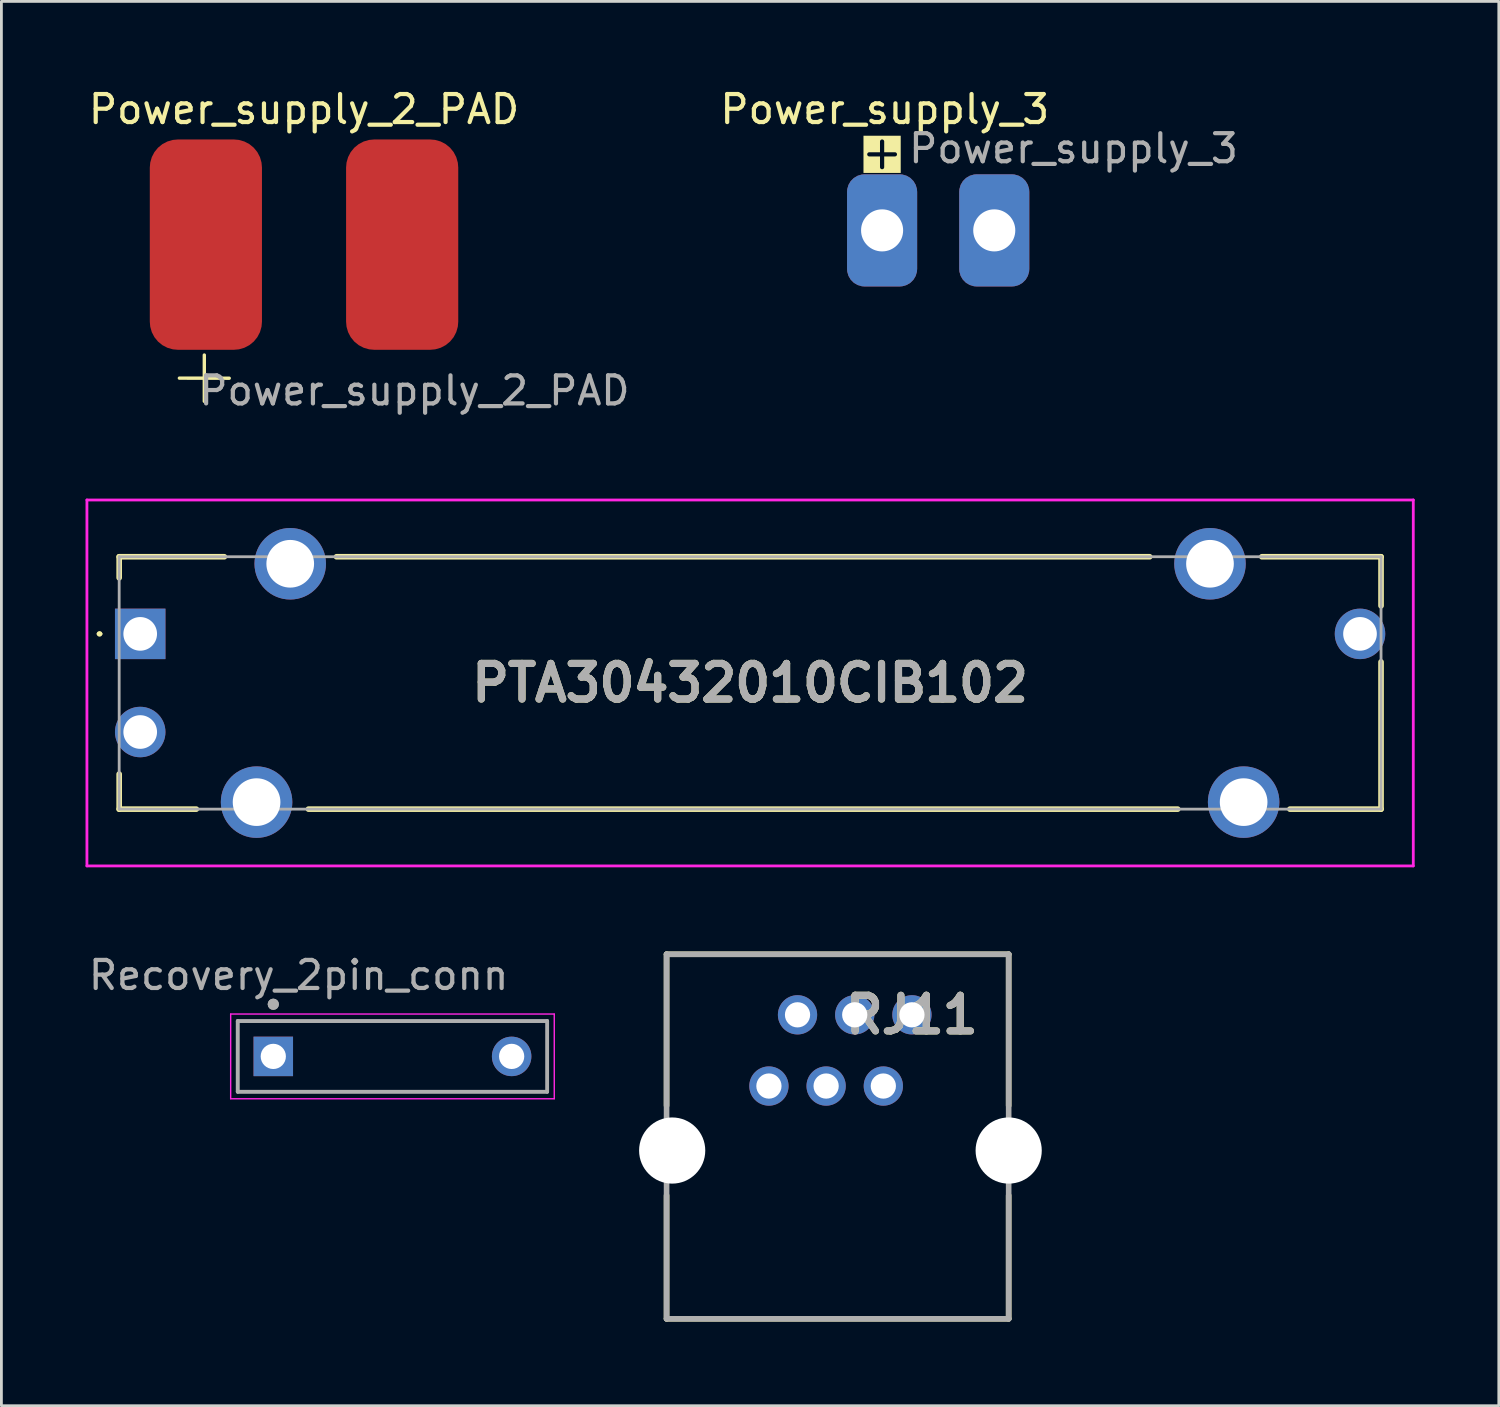
<source format=kicad_pcb>
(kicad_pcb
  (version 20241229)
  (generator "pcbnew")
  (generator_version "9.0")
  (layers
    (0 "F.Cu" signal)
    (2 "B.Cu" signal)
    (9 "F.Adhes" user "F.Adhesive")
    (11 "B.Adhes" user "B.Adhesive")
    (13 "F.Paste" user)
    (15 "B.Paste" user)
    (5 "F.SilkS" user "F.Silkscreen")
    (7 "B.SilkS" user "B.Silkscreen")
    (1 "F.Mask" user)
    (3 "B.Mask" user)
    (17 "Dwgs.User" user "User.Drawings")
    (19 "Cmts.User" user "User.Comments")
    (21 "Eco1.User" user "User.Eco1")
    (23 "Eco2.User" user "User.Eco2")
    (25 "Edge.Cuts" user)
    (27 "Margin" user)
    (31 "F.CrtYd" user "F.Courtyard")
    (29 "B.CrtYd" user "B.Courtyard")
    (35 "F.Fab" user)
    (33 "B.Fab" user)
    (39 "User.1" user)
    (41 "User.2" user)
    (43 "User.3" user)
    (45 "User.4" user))
  (footprint "Recovery_2pin_conn"
    (layer "F.Cu")
    (at 10.506 34.623)
    (property "Reference" "Recovery_2pin_conn" (at -2.905 -2.895 0) (layer "F.Fab") (effects (font (size 1 1) (thickness 0.15))))
    (attr through_hole)
    (fp_line (start -5.33 -1.51) (end 6.21 -1.51) (stroke (width 0.05) (type solid)) (layer "F.CrtYd"))
    (fp_line (start -5.33 1.51) (end -5.33 -1.51) (stroke (width 0.05) (type solid)) (layer "F.CrtYd"))
    (fp_line (start 6.21 -1.51) (end 6.21 1.51) (stroke (width 0.05) (type solid)) (layer "F.CrtYd"))
    (fp_line (start 6.21 1.51) (end -5.33 1.51) (stroke (width 0.05) (type solid)) (layer "F.CrtYd"))
    (fp_line (start -5.08 -1.26) (end 5.96 -1.26) (stroke (width 0.127) (type solid)) (layer "F.Fab"))
    (fp_line (start -5.08 -1.26) (end 5.96 -1.26) (stroke (width 0.127) (type solid)) (layer "F.Fab"))
    (fp_line (start -5.08 1.26) (end -5.08 -1.26) (stroke (width 0.127) (type solid)) (layer "F.Fab"))
    (fp_line (start -5.08 1.26) (end -5.08 -1.26) (stroke (width 0.127) (type solid)) (layer "F.Fab"))
    (fp_line (start 5.96 -1.26) (end 5.96 1.26) (stroke (width 0.127) (type solid)) (layer "F.Fab"))
    (fp_line (start 5.96 -1.26) (end 5.96 1.26) (stroke (width 0.127) (type solid)) (layer "F.Fab"))
    (fp_line (start 5.96 1.26) (end -5.08 1.26) (stroke (width 0.127) (type solid)) (layer "F.Fab"))
    (fp_line (start 5.96 1.26) (end -5.08 1.26) (stroke (width 0.127) (type solid)) (layer "F.Fab"))
    (fp_circle (center -3.81 -1.86) (end -3.71 -1.86) (stroke (width 0.2) (type solid)) (fill no) (layer "F.Fab"))
    (fp_circle (center -3.81 -1.86) (end -3.71 -1.86) (stroke (width 0.2) (type solid)) (fill no) (layer "F.Fab"))
    (pad "1" thru_hole rect (at -3.81 0) (size 1.408 1.408) (drill 0.9) (layers "*.Cu" "*.Mask"))
    (pad "2" thru_hole circle (at 4.69 0) (size 1.408 1.408) (drill 0.9) (layers "*.Cu" "*.Mask")))
  (footprint "RJ11"
    (layer "F.Cu")
    (at 20.921 37.98)
    (property "Reference" "RJ11" (at 8.55 -4.84 0) (layer "F.SilkS") (effects (font (size 1.27 1.27) (thickness 0.254))))
    (attr through_hole)
    (fp_line (start -0.2 -7) (end -0.2 -1.6) (stroke (width 0.2) (type solid)) (layer "F.SilkS"))
    (fp_line (start -0.2 -7) (end 12 -7) (stroke (width 0.2) (type solid)) (layer "F.SilkS"))
    (fp_line (start -0.2 6) (end -0.2 1.6) (stroke (width 0.2) (type solid)) (layer "F.SilkS"))
    (fp_line (start -0.2 6) (end 12 6) (stroke (width 0.2) (type solid)) (layer "F.SilkS"))
    (fp_line (start 12 -7) (end 12 -1.6) (stroke (width 0.2) (type solid)) (layer "F.SilkS"))
    (fp_line (start 12 6) (end 12 1.6) (stroke (width 0.2) (type solid)) (layer "F.SilkS"))
    (fp_line (start -0.2 -7) (end -0.2 6) (stroke (width 0.2) (type solid)) (layer "F.Fab"))
    (fp_line (start -0.2 6) (end 12 6) (stroke (width 0.2) (type solid)) (layer "F.Fab"))
    (fp_line (start 12 -7) (end -0.2 -7) (stroke (width 0.2) (type solid)) (layer "F.Fab"))
    (fp_line (start 12 6) (end 12 -7) (stroke (width 0.2) (type solid)) (layer "F.Fab"))
    (fp_text user "${REFERENCE}" (at 8.55 -4.84 0) (layer "F.Fab") (effects (font (size 1.27 1.27) (thickness 0.254))))
    (pad "" np_thru_hole circle (at 0 0) (size 2.36 2.36) (drill 2.36) (layers "*.Cu" "*.Mask"))
    (pad "" np_thru_hole circle (at 12 0) (size 2.36 2.36) (drill 2.36) (layers "*.Cu" "*.Mask"))
    (pad "1" thru_hole circle (at 8.55 -4.84) (size 1.4 1.4) (drill 0.9) (layers "*.Cu" "*.Mask"))
    (pad "2" thru_hole circle (at 7.53 -2.3) (size 1.4 1.4) (drill 0.9) (layers "*.Cu" "*.Mask"))
    (pad "3" thru_hole circle (at 6.51 -4.84) (size 1.4 1.4) (drill 0.9) (layers "*.Cu" "*.Mask"))
    (pad "4" thru_hole circle (at 5.49 -2.3) (size 1.4 1.4) (drill 0.9) (layers "*.Cu" "*.Mask"))
    (pad "5" thru_hole circle (at 4.47 -4.84) (size 1.4 1.4) (drill 0.9) (layers "*.Cu" "*.Mask"))
    (pad "6" thru_hole circle (at 3.45 -2.3) (size 1.4 1.4) (drill 0.9) (layers "*.Cu" "*.Mask")))
  (footprint "Power_supply_2_PAD"
    (layer "F.Cu")
    (at 7.792 5.674)
    (property "Reference" "Power_supply_2_PAD" (at 0 -4.826 0) (unlocked yes) (layer "F.SilkS") (effects (font (size 1 1) (thickness 0.15))))
    (attr smd)
    (fp_line (start -4.445 4.761) (end -2.667 4.764) (stroke (width 0.12) (type solid)) (layer "F.SilkS"))
    (fp_line (start -3.556 5.588) (end -3.556 3.937) (stroke (width 0.12) (type solid)) (layer "F.SilkS"))
    (fp_text user "${REFERENCE}" (at 3.937 5.207 0) (unlocked yes) (layer "F.Fab") (effects (font (size 1 1) (thickness 0.15))))
    (pad "1" smd roundrect (at -3.5 0 90) (size 7.5 4) (layers "F.Cu" "F.Mask" "F.Paste") (roundrect_rratio 0.25))
    (pad "2" smd roundrect (at 3.5 0 90) (size 7.5 4) (layers "F.Cu" "F.Mask" "F.Paste") (roundrect_rratio 0.25)))
  (footprint "Power_supply_3"
    (layer "F.Cu")
    (at 30.407 5.166)
    (property "Reference" "Power_supply_3" (at -1.905 -4.318 0) (unlocked yes) (layer "F.SilkS") (effects (font (size 1 1) (thickness 0.15))))
    (attr smd)
    (fp_text user "+" (at -2 -2.1 0) (unlocked yes) (layer "F.SilkS" knockout) (effects (font (size 1.2 1.2) (thickness 0.15)) (justify bottom)))
    (fp_text user "${REFERENCE}" (at 4.826 -2.921 0) (unlocked yes) (layer "F.Fab") (effects (font (size 1 1) (thickness 0.15))))
    (pad "1" thru_hole roundrect (at -2 0 90) (size 4 2.5) (drill 1.5) (layers "*.Cu" "*.Mask") (roundrect_rratio 0.25))
    (pad "2" thru_hole roundrect (at 2 0 90) (size 4 2.5) (drill 1.5) (layers "*.Cu" "*.Mask") (roundrect_rratio 0.25)))
  (footprint "PTA30432010CIB102"
    (layer "F.Cu")
    (at 1.95 19.555)
    (property "Reference" "PTA30432010CIB102" (at 21.75 1.75 0) (layer "F.SilkS") (effects (font (size 1.27 1.27) (thickness 0.254))))
    (attr through_hole)
    (fp_line (start -1.5 0) (end -1.5 0) (stroke (width 0.1) (type solid)) (layer "F.SilkS"))
    (fp_line (start -1.4 0) (end -1.4 0) (stroke (width 0.1) (type solid)) (layer "F.SilkS"))
    (fp_line (start -0.75 -2.75) (end 3 -2.75) (stroke (width 0.2) (type solid)) (layer "F.SilkS"))
    (fp_line (start -0.75 -2) (end -0.75 -2.75) (stroke (width 0.2) (type solid)) (layer "F.SilkS"))
    (fp_line (start -0.75 5) (end -0.75 6.25) (stroke (width 0.2) (type solid)) (layer "F.SilkS"))
    (fp_line (start -0.75 6.25) (end 2 6.25) (stroke (width 0.2) (type solid)) (layer "F.SilkS"))
    (fp_line (start 6 6.25) (end 37 6.25) (stroke (width 0.2) (type solid)) (layer "F.SilkS"))
    (fp_line (start 7 -2.75) (end 36 -2.75) (stroke (width 0.2) (type solid)) (layer "F.SilkS"))
    (fp_line (start 40 -2.75) (end 44.25 -2.75) (stroke (width 0.2) (type solid)) (layer "F.SilkS"))
    (fp_line (start 41 6.25) (end 44.25 6.25) (stroke (width 0.2) (type solid)) (layer "F.SilkS"))
    (fp_line (start 44.25 -2.75) (end 44.25 -1) (stroke (width 0.2) (type solid)) (layer "F.SilkS"))
    (fp_line (start 44.25 6.25) (end 44.25 1) (stroke (width 0.2) (type solid)) (layer "F.SilkS"))
    (fp_arc (start -1.5 0) (mid -1.45 -0.05) (end -1.4 0) (stroke (width 0.1) (type solid)) (layer "F.SilkS"))
    (fp_arc (start -1.4 0) (mid -1.45 0.05) (end -1.5 0) (stroke (width 0.1) (type solid)) (layer "F.SilkS"))
    (fp_line (start -1.9 -4.775) (end 45.4 -4.775) (stroke (width 0.1) (type solid)) (layer "F.CrtYd"))
    (fp_line (start -1.9 8.275) (end -1.9 -4.775) (stroke (width 0.1) (type solid)) (layer "F.CrtYd"))
    (fp_line (start 45.4 -4.775) (end 45.4 8.275) (stroke (width 0.1) (type solid)) (layer "F.CrtYd"))
    (fp_line (start 45.4 8.275) (end -1.9 8.275) (stroke (width 0.1) (type solid)) (layer "F.CrtYd"))
    (fp_line (start -0.75 -2.75) (end 44.25 -2.75) (stroke (width 0.1) (type solid)) (layer "F.Fab"))
    (fp_line (start -0.75 6.25) (end -0.75 -2.75) (stroke (width 0.1) (type solid)) (layer "F.Fab"))
    (fp_line (start 44.25 -2.75) (end 44.25 6.25) (stroke (width 0.1) (type solid)) (layer "F.Fab"))
    (fp_line (start 44.25 6.25) (end -0.75 6.25) (stroke (width 0.1) (type solid)) (layer "F.Fab"))
    (fp_text user "${REFERENCE}" (at 21.75 1.75 0) (layer "F.Fab") (effects (font (size 1.27 1.27) (thickness 0.254))))
    (pad "1" thru_hole rect (at 0 0) (size 1.8 1.8) (drill 1.2) (layers "*.Cu" "*.Mask"))
    (pad "2" thru_hole circle (at 0 3.5) (size 1.8 1.8) (drill 1.2) (layers "*.Cu" "*.Mask"))
    (pad "3" thru_hole circle (at 43.5 0) (size 1.8 1.8) (drill 1.2) (layers "*.Cu" "*.Mask"))
    (pad "MH1" thru_hole circle (at 5.35 -2.5) (size 2.55 2.55) (drill 1.7) (layers "*.Cu" "*.Mask"))
    (pad "MH2" thru_hole circle (at 38.15 -2.5) (size 2.55 2.55) (drill 1.7) (layers "*.Cu" "*.Mask"))
    (pad "MH3" thru_hole circle (at 4.15 6) (size 2.55 2.55) (drill 1.7) (layers "*.Cu" "*.Mask"))
    (pad "MH4" thru_hole circle (at 39.35 6) (size 2.55 2.55) (drill 1.7) (layers "*.Cu" "*.Mask")))
  (gr_rect
    (start -3 -3)
    (end 50.4 47.08)
    (stroke (width 0.1) (type default))
    (fill no)
    (layer "Edge.Cuts")))
</source>
